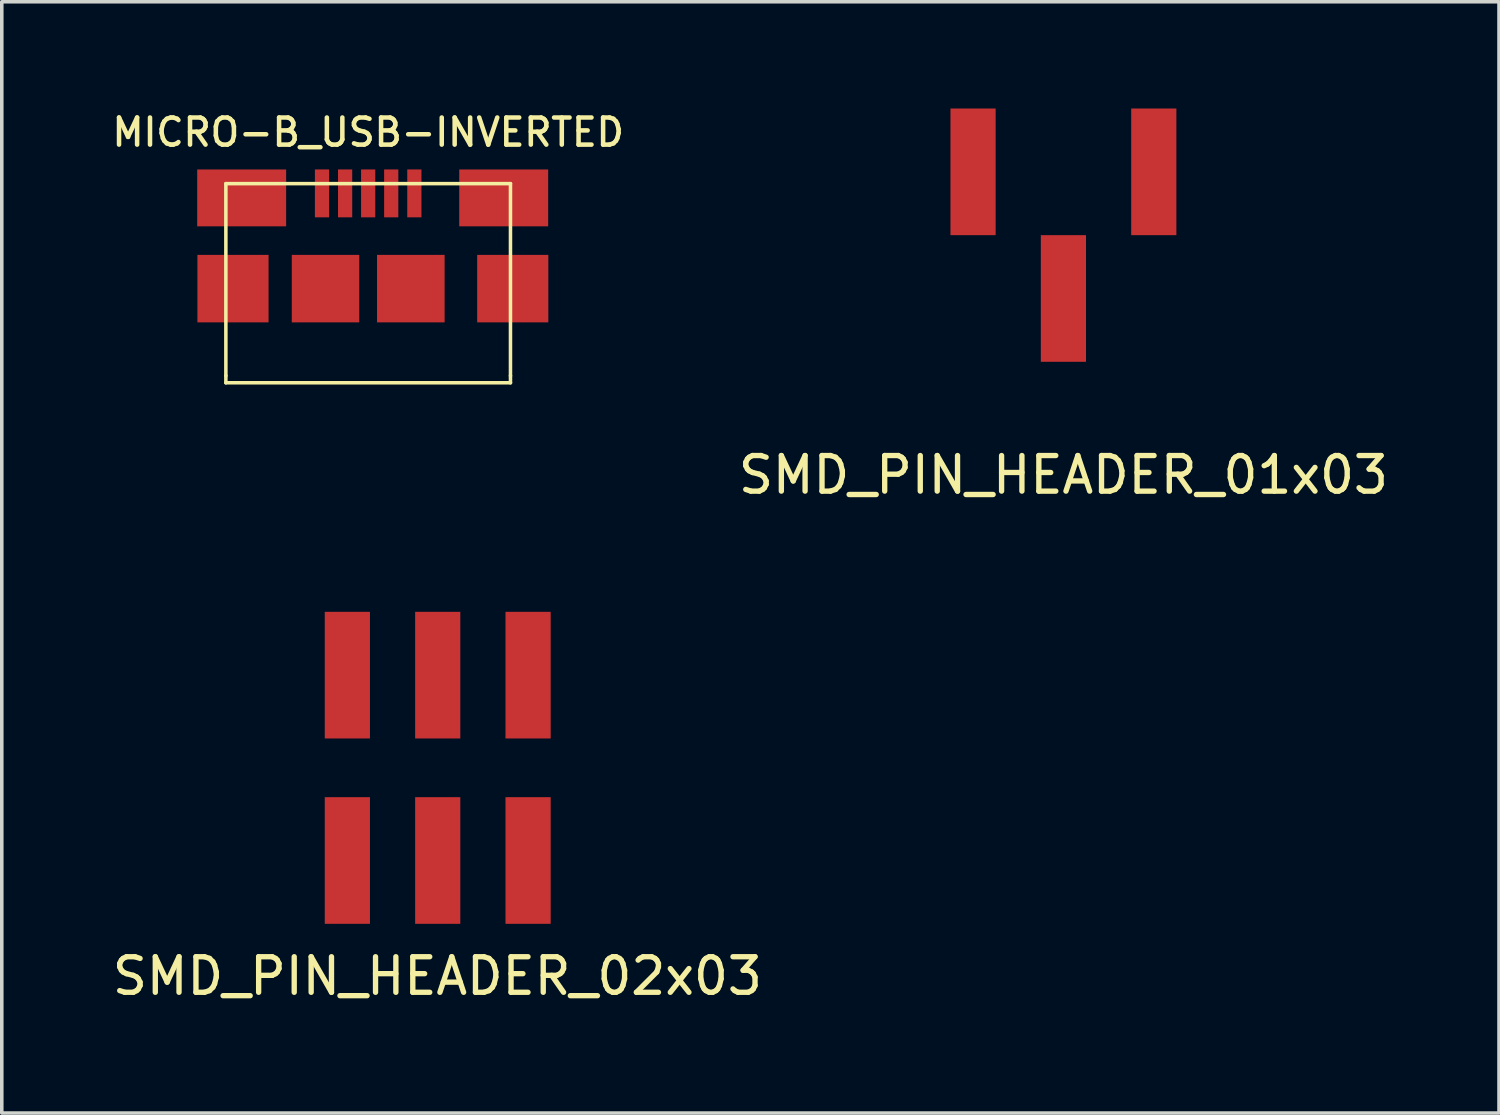
<source format=kicad_pcb>
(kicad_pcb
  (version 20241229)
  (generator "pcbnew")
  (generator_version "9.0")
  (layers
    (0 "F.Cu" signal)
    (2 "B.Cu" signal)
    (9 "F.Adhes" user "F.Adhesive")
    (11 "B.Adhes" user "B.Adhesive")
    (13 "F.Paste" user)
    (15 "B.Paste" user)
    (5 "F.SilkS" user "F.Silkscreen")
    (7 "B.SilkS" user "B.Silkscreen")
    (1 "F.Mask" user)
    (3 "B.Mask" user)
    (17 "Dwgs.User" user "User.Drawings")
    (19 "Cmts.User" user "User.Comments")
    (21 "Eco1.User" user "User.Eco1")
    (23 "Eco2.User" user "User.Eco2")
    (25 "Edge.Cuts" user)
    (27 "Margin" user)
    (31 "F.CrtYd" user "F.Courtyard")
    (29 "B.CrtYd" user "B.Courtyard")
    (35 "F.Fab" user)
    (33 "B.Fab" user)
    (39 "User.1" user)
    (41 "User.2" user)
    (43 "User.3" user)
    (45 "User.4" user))
  (footprint "MICRO-B_USB-INVERTED"
    (layer "F.Cu")
    (at 7.299 6.511)
    (property "Reference" "MICRO-B_USB-INVERTED" (at 0 -5.842 0) (layer "F.SilkS") (effects (font (size 0.762 0.762) (thickness 0.127))))
    (attr through_hole)
    (fp_line (start -4 -4.399) (end 4 -4.399) (stroke (width 0.099) (type solid)) (layer "F.SilkS"))
    (fp_line (start -4 1.001) (end -4 -4.399) (stroke (width 0.099) (type solid)) (layer "F.SilkS"))
    (fp_line (start -4 1.001) (end -4 1.199) (stroke (width 0.099) (type solid)) (layer "F.SilkS"))
    (fp_line (start 4 -4.399) (end 4 1.001) (stroke (width 0.099) (type solid)) (layer "F.SilkS"))
    (fp_line (start 4 1.001) (end 4 1.199) (stroke (width 0.099) (type solid)) (layer "F.SilkS"))
    (fp_line (start 4 1.199) (end -4 1.199) (stroke (width 0.099) (type solid)) (layer "F.SilkS"))
    (pad "" smd rect (at -3.8 -1.448) (size 2 1.897) (layers "F.Cu" "F.Mask" "F.Paste"))
    (pad "" smd rect (at -3.556 -3.998) (size 2.5 1.598) (layers "F.Cu" "F.Mask" "F.Paste"))
    (pad "" smd rect (at -1.199 -1.448) (size 1.897 1.897) (layers "F.Cu" "F.Mask" "F.Paste"))
    (pad "" smd rect (at 1.199 -1.448) (size 1.9 1.897) (layers "F.Cu" "F.Mask" "F.Paste"))
    (pad "" smd rect (at 3.81 -3.998) (size 2.5 1.598) (layers "F.Cu" "F.Mask" "F.Paste"))
    (pad "" smd rect (at 4.064 -1.448) (size 2 1.897) (layers "F.Cu" "F.Mask" "F.Paste"))
    (pad "1" smd rect (at 1.298 -4.125) (size 0.399 1.346) (layers "F.Cu" "F.Mask" "F.Paste"))
    (pad "2" smd rect (at 0.648 -4.125) (size 0.399 1.346) (layers "F.Cu" "F.Mask" "F.Paste"))
    (pad "3" smd rect (at 0 -4.125) (size 0.399 1.346) (layers "F.Cu" "F.Mask" "F.Paste"))
    (pad "4" smd rect (at -0.648 -4.125) (size 0.399 1.346) (layers "F.Cu" "F.Mask" "F.Paste"))
    (pad "5" smd rect (at -1.298 -4.125) (size 0.399 1.346) (layers "F.Cu" "F.Mask" "F.Paste")))
  (footprint "SMD_PIN_HEADER_01x03"
    (layer "F.Cu")
    (at 26.842 3.56)
    (property "Reference" "SMD_PIN_HEADER_01x03" (at 0 6.74 0) (layer "F.SilkS") (effects (font (size 1 1) (thickness 0.15))))
    (attr through_hole)
    (pad "1" smd rect (at 2.54 -1.78) (size 1.27 3.56) (layers "F.Cu" "F.Mask" "F.Paste"))
    (pad "2" smd rect (at 0 1.78) (size 1.27 3.56) (layers "F.Cu" "F.Mask" "F.Paste"))
    (pad "3" smd rect (at -2.54 -1.78) (size 1.27 3.56) (layers "F.Cu" "F.Mask" "F.Paste")))
  (footprint "SMD_PIN_HEADER_02x03"
    (layer "F.Cu")
    (at 9.254 17.748)
    (property "Reference" "SMD_PIN_HEADER_02x03" (at -0.01 6.64 0) (layer "F.SilkS") (effects (font (size 1 1) (thickness 0.15))))
    (attr through_hole)
    (pad "1" smd rect (at 2.54 -1.82) (size 1.27 3.56) (layers "F.Cu" "F.Mask" "F.Paste"))
    (pad "2" smd rect (at 2.54 3.39) (size 1.27 3.56) (layers "F.Cu" "F.Mask" "F.Paste"))
    (pad "3" smd rect (at 0 -1.82) (size 1.27 3.56) (layers "F.Cu" "F.Mask" "F.Paste"))
    (pad "4" smd rect (at 0 3.39) (size 1.27 3.56) (layers "F.Cu" "F.Mask" "F.Paste"))
    (pad "5" smd rect (at -2.54 -1.82) (size 1.27 3.56) (layers "F.Cu" "F.Mask" "F.Paste"))
    (pad "6" smd rect (at -2.54 3.39) (size 1.27 3.56) (layers "F.Cu" "F.Mask" "F.Paste")))
  (gr_rect
    (start -3 -3)
    (end 39.086 28.236)
    (stroke (width 0.1) (type default))
    (fill no)
    (layer "Edge.Cuts")))
</source>
